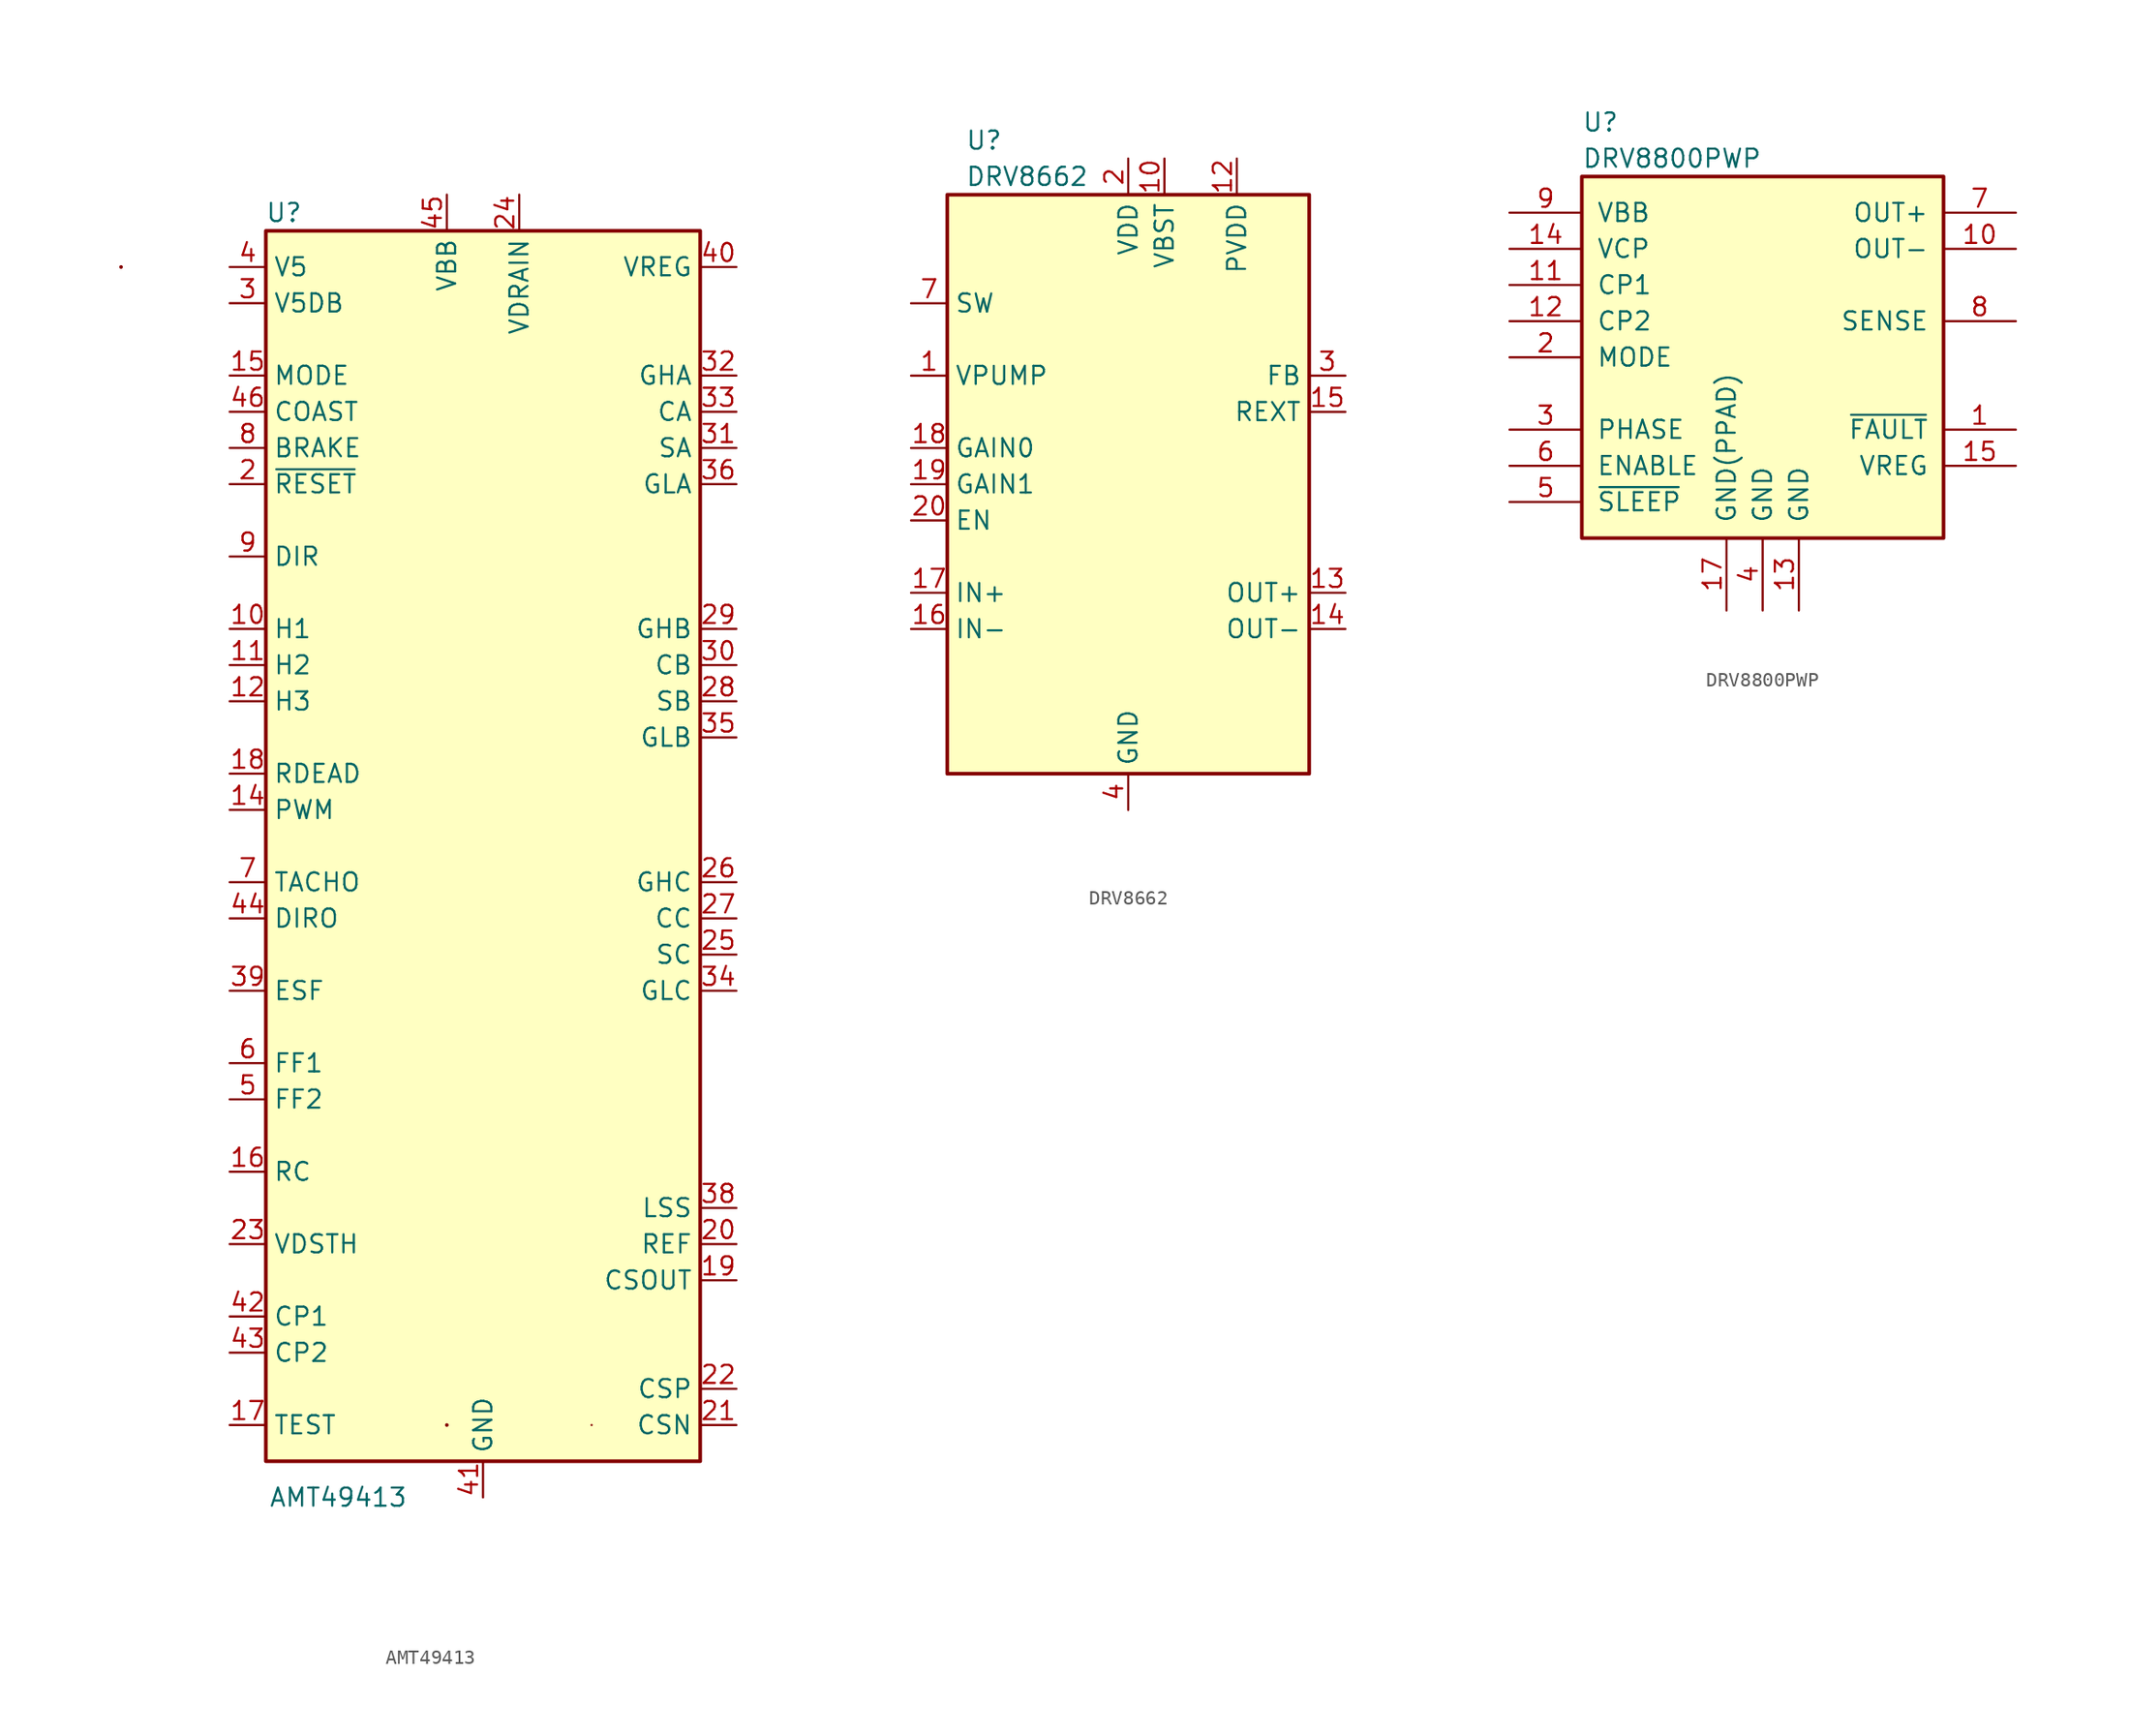
<source format=kicad_sym>
(kicad_symbol_lib
  (version 20200908)
  (generator kicad_symbol_editor)
  (symbol "Driver_Motor:AMT49413"
    (property "Reference" "U"
      (at -13.97 44.45 0)
      (effects (font (size 1.27 1.27))))
    (property "Value" "AMT49413"
      (at -10.16 -45.72 0)
      (effects (font (size 1.27 1.27))))
    (symbol "AMT49413_0_1"
      (rectangle (start -25.4 40.64) (end -25.4 40.64) (stroke (width 0.254)) (fill (type none)))
      (rectangle (start -15.24 -43.18) (end 15.24 43.18) (stroke (width 0.254)) (fill (type background)))
      (rectangle (start -2.54 -40.64) (end -2.54 -40.64) (stroke (width 0.254)) (fill (type none)))
      (rectangle (start 7.62 -40.64) (end 7.62 -40.64) (stroke (width 0)) (fill (type none))))
    (symbol "AMT49413_1_1"
      (pin unconnected line (at -5.08 -43.18 90) (length 2.54) hide (name "N.C." (effects (font (size 1.27 1.27)))) (number "1" (effects (font (size 1.27 1.27)))))
      (pin input line (at -17.78 15.24 0) (length 2.54) (name "H1" (effects (font (size 1.27 1.27)))) (number "10" (effects (font (size 1.27 1.27)))))
      (pin input line (at -17.78 12.7 0) (length 2.54) (name "H2" (effects (font (size 1.27 1.27)))) (number "11" (effects (font (size 1.27 1.27)))))
      (pin input line (at -17.78 10.16 0) (length 2.54) (name "H3" (effects (font (size 1.27 1.27)))) (number "12" (effects (font (size 1.27 1.27)))))
      (pin unconnected line (at -2.54 -43.18 90) (length 2.54) hide (name "N.C." (effects (font (size 1.27 1.27)))) (number "13" (effects (font (size 1.27 1.27)))))
      (pin input line (at -17.78 2.54 0) (length 2.54) (name "PWM" (effects (font (size 1.27 1.27)))) (number "14" (effects (font (size 1.27 1.27)))))
      (pin input line (at -17.78 33.02 0) (length 2.54) (name "MODE" (effects (font (size 1.27 1.27)))) (number "15" (effects (font (size 1.27 1.27)))))
      (pin passive line (at -17.78 -22.86 0) (length 2.54) (name "RC" (effects (font (size 1.27 1.27)))) (number "16" (effects (font (size 1.27 1.27)))))
      (pin input line (at -17.78 -40.64 0) (length 2.54) (name "TEST" (effects (font (size 1.27 1.27)))) (number "17" (effects (font (size 1.27 1.27)))))
      (pin passive line (at -17.78 5.08 0) (length 2.54) (name "RDEAD" (effects (font (size 1.27 1.27)))) (number "18" (effects (font (size 1.27 1.27)))))
      (pin input line (at 17.78 -30.48 180) (length 2.54) (name "CSOUT" (effects (font (size 1.27 1.27)))) (number "19" (effects (font (size 1.27 1.27)))))
      (pin input line (at -17.78 25.4 0) (length 2.54) (name "~RESET" (effects (font (size 1.27 1.27)))) (number "2" (effects (font (size 1.27 1.27)))))
      (pin input line (at 17.78 -27.94 180) (length 2.54) (name "REF" (effects (font (size 1.27 1.27)))) (number "20" (effects (font (size 1.27 1.27)))))
      (pin input line (at 17.78 -40.64 180) (length 2.54) (name "CSN" (effects (font (size 1.27 1.27)))) (number "21" (effects (font (size 1.27 1.27)))))
      (pin input line (at 17.78 -38.1 180) (length 2.54) (name "CSP" (effects (font (size 1.27 1.27)))) (number "22" (effects (font (size 1.27 1.27)))))
      (pin input line (at -17.78 -27.94 0) (length 2.54) (name "VDSTH" (effects (font (size 1.27 1.27)))) (number "23" (effects (font (size 1.27 1.27)))))
      (pin power_in line (at 2.54 45.72 270) (length 2.54) (name "VDRAIN" (effects (font (size 1.27 1.27)))) (number "24" (effects (font (size 1.27 1.27)))))
      (pin input line (at 17.78 -7.62 180) (length 2.54) (name "SC" (effects (font (size 1.27 1.27)))) (number "25" (effects (font (size 1.27 1.27)))))
      (pin output line (at 17.78 -2.54 180) (length 2.54) (name "GHC" (effects (font (size 1.27 1.27)))) (number "26" (effects (font (size 1.27 1.27)))))
      (pin passive line (at 17.78 -5.08 180) (length 2.54) (name "CC" (effects (font (size 1.27 1.27)))) (number "27" (effects (font (size 1.27 1.27)))))
      (pin input line (at 17.78 10.16 180) (length 2.54) (name "SB" (effects (font (size 1.27 1.27)))) (number "28" (effects (font (size 1.27 1.27)))))
      (pin output line (at 17.78 15.24 180) (length 2.54) (name "GHB" (effects (font (size 1.27 1.27)))) (number "29" (effects (font (size 1.27 1.27)))))
      (pin power_out line (at -17.78 38.1 0) (length 2.54) (name "V5DB" (effects (font (size 1.27 1.27)))) (number "3" (effects (font (size 1.27 1.27)))))
      (pin passive line (at 17.78 12.7 180) (length 2.54) (name "CB" (effects (font (size 1.27 1.27)))) (number "30" (effects (font (size 1.27 1.27)))))
      (pin input line (at 17.78 27.94 180) (length 2.54) (name "SA" (effects (font (size 1.27 1.27)))) (number "31" (effects (font (size 1.27 1.27)))))
      (pin output line (at 17.78 33.02 180) (length 2.54) (name "GHA" (effects (font (size 1.27 1.27)))) (number "32" (effects (font (size 1.27 1.27)))))
      (pin passive line (at 17.78 30.48 180) (length 2.54) (name "CA" (effects (font (size 1.27 1.27)))) (number "33" (effects (font (size 1.27 1.27)))))
      (pin output line (at 17.78 -10.16 180) (length 2.54) (name "GLC" (effects (font (size 1.27 1.27)))) (number "34" (effects (font (size 1.27 1.27)))))
      (pin output line (at 17.78 7.62 180) (length 2.54) (name "GLB" (effects (font (size 1.27 1.27)))) (number "35" (effects (font (size 1.27 1.27)))))
      (pin output line (at 17.78 25.4 180) (length 2.54) (name "GLA" (effects (font (size 1.27 1.27)))) (number "36" (effects (font (size 1.27 1.27)))))
      (pin unconnected line (at 5.08 -43.18 90) (length 2.54) hide (name "N.C." (effects (font (size 1.27 1.27)))) (number "37" (effects (font (size 1.27 1.27)))))
      (pin input line (at 17.78 -25.4 180) (length 2.54) (name "LSS" (effects (font (size 1.27 1.27)))) (number "38" (effects (font (size 1.27 1.27)))))
      (pin input line (at -17.78 -10.16 0) (length 2.54) (name "ESF" (effects (font (size 1.27 1.27)))) (number "39" (effects (font (size 1.27 1.27)))))
      (pin power_out line (at -17.78 40.64 0) (length 2.54) (name "V5" (effects (font (size 1.27 1.27)))) (number "4" (effects (font (size 1.27 1.27)))))
      (pin power_out line (at 17.78 40.64 180) (length 2.54) (name "VREG" (effects (font (size 1.27 1.27)))) (number "40" (effects (font (size 1.27 1.27)))))
      (pin power_in line (at 0 -45.72 90) (length 2.54) (name "GND" (effects (font (size 1.27 1.27)))) (number "41" (effects (font (size 1.27 1.27)))))
      (pin passive line (at -17.78 -33.02 0) (length 2.54) (name "CP1" (effects (font (size 1.27 1.27)))) (number "42" (effects (font (size 1.27 1.27)))))
      (pin passive line (at -17.78 -35.56 0) (length 2.54) (name "CP2" (effects (font (size 1.27 1.27)))) (number "43" (effects (font (size 1.27 1.27)))))
      (pin output line (at -17.78 -5.08 0) (length 2.54) (name "DIRO" (effects (font (size 1.27 1.27)))) (number "44" (effects (font (size 1.27 1.27)))))
      (pin power_in line (at -2.54 45.72 270) (length 2.54) (name "VBB" (effects (font (size 1.27 1.27)))) (number "45" (effects (font (size 1.27 1.27)))))
      (pin input line (at -17.78 30.48 0) (length 2.54) (name "COAST" (effects (font (size 1.27 1.27)))) (number "46" (effects (font (size 1.27 1.27)))))
      (pin unconnected line (at 7.62 -43.18 90) (length 2.54) hide (name "N.C." (effects (font (size 1.27 1.27)))) (number "47" (effects (font (size 1.27 1.27)))))
      (pin unconnected line (at -7.62 -43.18 90) (length 2.54) hide (name "N.C." (effects (font (size 1.27 1.27)))) (number "48" (effects (font (size 1.27 1.27)))))
      (pin passive line (at 0 -45.72 90) (length 2.54) hide (name "GND" (effects (font (size 1.27 1.27)))) (number "49" (effects (font (size 1.27 1.27)))))
      (pin open_collector line (at -17.78 -17.78 0) (length 2.54) (name "FF2" (effects (font (size 1.27 1.27)))) (number "5" (effects (font (size 1.27 1.27)))))
      (pin open_collector line (at -17.78 -15.24 0) (length 2.54) (name "FF1" (effects (font (size 1.27 1.27)))) (number "6" (effects (font (size 1.27 1.27)))))
      (pin output line (at -17.78 -2.54 0) (length 2.54) (name "TACHO" (effects (font (size 1.27 1.27)))) (number "7" (effects (font (size 1.27 1.27)))))
      (pin input line (at -17.78 27.94 0) (length 2.54) (name "BRAKE" (effects (font (size 1.27 1.27)))) (number "8" (effects (font (size 1.27 1.27)))))
      (pin input line (at -17.78 20.32 0) (length 2.54) (name "DIR" (effects (font (size 1.27 1.27)))) (number "9" (effects (font (size 1.27 1.27)))))))
  (symbol "Driver_Motor:DRV8662"
    (property "Reference" "U"
      (at -11.43 24.13 0)
      (effects (font (size 1.27 1.27)) (justify left)))
    (property "Value" "DRV8662"
      (at -11.43 21.59 0)
      (effects (font (size 1.27 1.27)) (justify left)))
    (symbol "DRV8662_0_1"
      (rectangle (start -12.7 20.32) (end 12.7 -20.32) (stroke (width 0.254)) (fill (type background))))
    (symbol "DRV8662_1_1"
      (pin output line (at -15.24 7.62 0) (length 2.54) (name "VPUMP" (effects (font (size 1.27 1.27)))) (number "1" (effects (font (size 1.27 1.27)))))
      (pin power_out line (at 2.54 22.86 270) (length 2.54) (name "VBST" (effects (font (size 1.27 1.27)))) (number "10" (effects (font (size 1.27 1.27)))))
      (pin passive line (at 2.54 22.86 270) (length 2.54) hide (name "VBST" (effects (font (size 1.27 1.27)))) (number "11" (effects (font (size 1.27 1.27)))))
      (pin power_in line (at 7.62 22.86 270) (length 2.54) (name "PVDD" (effects (font (size 1.27 1.27)))) (number "12" (effects (font (size 1.27 1.27)))))
      (pin output line (at 15.24 -7.62 180) (length 2.54) (name "OUT+" (effects (font (size 1.27 1.27)))) (number "13" (effects (font (size 1.27 1.27)))))
      (pin output line (at 15.24 -10.16 180) (length 2.54) (name "OUT-" (effects (font (size 1.27 1.27)))) (number "14" (effects (font (size 1.27 1.27)))))
      (pin input line (at 15.24 5.08 180) (length 2.54) (name "REXT" (effects (font (size 1.27 1.27)))) (number "15" (effects (font (size 1.27 1.27)))))
      (pin input line (at -15.24 -10.16 0) (length 2.54) (name "IN-" (effects (font (size 1.27 1.27)))) (number "16" (effects (font (size 1.27 1.27)))))
      (pin input line (at -15.24 -7.62 0) (length 2.54) (name "IN+" (effects (font (size 1.27 1.27)))) (number "17" (effects (font (size 1.27 1.27)))))
      (pin input line (at -15.24 2.54 0) (length 2.54) (name "GAIN0" (effects (font (size 1.27 1.27)))) (number "18" (effects (font (size 1.27 1.27)))))
      (pin input line (at -15.24 0 0) (length 2.54) (name "GAIN1" (effects (font (size 1.27 1.27)))) (number "19" (effects (font (size 1.27 1.27)))))
      (pin power_in line (at 0 22.86 270) (length 2.54) (name "VDD" (effects (font (size 1.27 1.27)))) (number "2" (effects (font (size 1.27 1.27)))))
      (pin input line (at -15.24 -2.54 0) (length 2.54) (name "EN" (effects (font (size 1.27 1.27)))) (number "20" (effects (font (size 1.27 1.27)))))
      (pin passive line (at 0 -22.86 90) (length 2.54) hide (name "GND" (effects (font (size 1.27 1.27)))) (number "21" (effects (font (size 1.27 1.27)))))
      (pin input line (at 15.24 7.62 180) (length 2.54) (name "FB" (effects (font (size 1.27 1.27)))) (number "3" (effects (font (size 1.27 1.27)))))
      (pin power_in line (at 0 -22.86 90) (length 2.54) (name "GND" (effects (font (size 1.27 1.27)))) (number "4" (effects (font (size 1.27 1.27)))))
      (pin passive line (at 0 -22.86 90) (length 2.54) hide (name "GND" (effects (font (size 1.27 1.27)))) (number "5" (effects (font (size 1.27 1.27)))))
      (pin passive line (at 0 -22.86 90) (length 2.54) hide (name "GND" (effects (font (size 1.27 1.27)))) (number "6" (effects (font (size 1.27 1.27)))))
      (pin input line (at -15.24 12.7 0) (length 2.54) (name "SW" (effects (font (size 1.27 1.27)))) (number "7" (effects (font (size 1.27 1.27)))))
      (pin input line (at -15.24 12.7 0) (length 2.54) hide (name "SW" (effects (font (size 1.27 1.27)))) (number "8" (effects (font (size 1.27 1.27)))))
      (pin unconnected line (at -15.24 -15.24 0) (length 2.54) hide (name "NC" (effects (font (size 1.27 1.27)))) (number "9" (effects (font (size 1.27 1.27)))))))
  (symbol "Driver_Motor:DRV8800PWP"
    (pin_names
      (offset 1.016))
    (property "Reference" "U"
      (at -12.7 16.51 0)
      (effects (font (size 1.27 1.27)) (justify left)))
    (property "Value" "DRV8800PWP"
      (at -12.7 13.97 0)
      (effects (font (size 1.27 1.27)) (justify left)))
    (symbol "DRV8800PWP_0_1"
      (rectangle (start -12.7 12.7) (end 12.7 -12.7) (stroke (width 0.254)) (fill (type background))))
    (symbol "DRV8800PWP_1_1"
      (pin open_collector line (at 17.78 -5.08 180) (length 5.08) (name "~FAULT" (effects (font (size 1.27 1.27)))) (number "1" (effects (font (size 1.27 1.27)))))
      (pin power_out line (at 17.78 7.62 180) (length 5.08) (name "OUT-" (effects (font (size 1.27 1.27)))) (number "10" (effects (font (size 1.27 1.27)))))
      (pin power_in line (at -17.78 5.08 0) (length 5.08) (name "CP1" (effects (font (size 1.27 1.27)))) (number "11" (effects (font (size 1.27 1.27)))))
      (pin power_in line (at -17.78 2.54 0) (length 5.08) (name "CP2" (effects (font (size 1.27 1.27)))) (number "12" (effects (font (size 1.27 1.27)))))
      (pin power_in line (at 2.54 -17.78 90) (length 5.08) (name "GND" (effects (font (size 1.27 1.27)))) (number "13" (effects (font (size 1.27 1.27)))))
      (pin power_in line (at -17.78 7.62 0) (length 5.08) (name "VCP" (effects (font (size 1.27 1.27)))) (number "14" (effects (font (size 1.27 1.27)))))
      (pin output line (at 17.78 -7.62 180) (length 5.08) (name "VREG" (effects (font (size 1.27 1.27)))) (number "15" (effects (font (size 1.27 1.27)))))
      (pin unconnected line (at -17.78 -2.54 0) (length 5.08) hide (name "NC" (effects (font (size 1.27 1.27)))) (number "16" (effects (font (size 1.27 1.27)))))
      (pin power_in line (at -2.54 -17.78 90) (length 5.08) (name "GND(PPAD)" (effects (font (size 1.27 1.27)))) (number "17" (effects (font (size 1.27 1.27)))))
      (pin input line (at -17.78 0 0) (length 5.08) (name "MODE" (effects (font (size 1.27 1.27)))) (number "2" (effects (font (size 1.27 1.27)))))
      (pin input line (at -17.78 -5.08 0) (length 5.08) (name "PHASE" (effects (font (size 1.27 1.27)))) (number "3" (effects (font (size 1.27 1.27)))))
      (pin power_in line (at 0 -17.78 90) (length 5.08) (name "GND" (effects (font (size 1.27 1.27)))) (number "4" (effects (font (size 1.27 1.27)))))
      (pin input line (at -17.78 -10.16 0) (length 5.08) (name "~SLEEP" (effects (font (size 1.27 1.27)))) (number "5" (effects (font (size 1.27 1.27)))))
      (pin input line (at -17.78 -7.62 0) (length 5.08) (name "ENABLE" (effects (font (size 1.27 1.27)))) (number "6" (effects (font (size 1.27 1.27)))))
      (pin power_out line (at 17.78 10.16 180) (length 5.08) (name "OUT+" (effects (font (size 1.27 1.27)))) (number "7" (effects (font (size 1.27 1.27)))))
      (pin power_out line (at 17.78 2.54 180) (length 5.08) (name "SENSE" (effects (font (size 1.27 1.27)))) (number "8" (effects (font (size 1.27 1.27)))))
      (pin power_in line (at -17.78 10.16 0) (length 5.08) (name "VBB" (effects (font (size 1.27 1.27)))) (number "9" (effects (font (size 1.27 1.27))))))))
</source>
